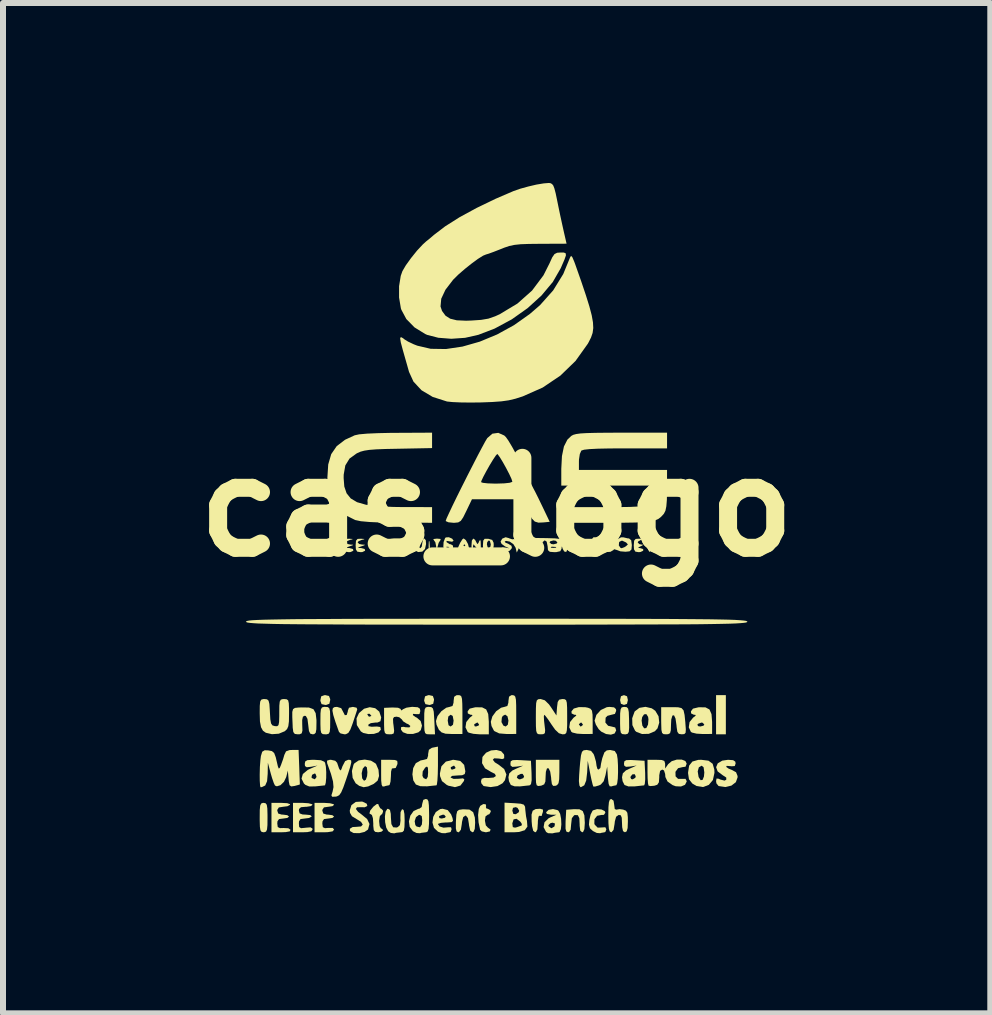
<source format=kicad_pcb>
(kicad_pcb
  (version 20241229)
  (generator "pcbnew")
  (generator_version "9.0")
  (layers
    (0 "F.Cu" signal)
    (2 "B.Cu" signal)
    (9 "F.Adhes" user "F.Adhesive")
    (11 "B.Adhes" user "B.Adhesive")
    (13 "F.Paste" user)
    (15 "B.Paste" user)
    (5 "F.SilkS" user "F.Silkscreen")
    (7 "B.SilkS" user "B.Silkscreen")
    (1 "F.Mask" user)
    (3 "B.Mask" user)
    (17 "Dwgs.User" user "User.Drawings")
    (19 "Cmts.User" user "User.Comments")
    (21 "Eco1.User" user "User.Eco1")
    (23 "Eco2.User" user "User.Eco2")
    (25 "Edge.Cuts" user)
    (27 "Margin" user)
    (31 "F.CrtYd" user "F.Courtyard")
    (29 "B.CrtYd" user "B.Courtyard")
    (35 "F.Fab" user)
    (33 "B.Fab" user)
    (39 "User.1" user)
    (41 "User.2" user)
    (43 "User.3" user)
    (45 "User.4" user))
  (footprint "cas_logo"
    (layer "F.Cu")
    (at 5.229 5.403)
    (property "Reference" "cas_logo" (at 0 0 0) (layer "F.SilkS") (effects (font (size 1.5 1.5) (thickness 0.3))))
    (attr board_only exclude_from_pos_files exclude_from_bom)
    (fp_poly (pts (xy -1.838 0.58) (xy -1.833 0.665) (xy -1.838 0.71) (xy -1.847 0.718) (xy -1.852 0.671) (xy -1.853 0.637) (xy -1.849 0.573) (xy -1.842 0.564)) (stroke (width 0) (type solid)) (fill yes) (layer "F.SilkS"))
    (fp_poly (pts (xy -1.12 0.58) (xy -1.114 0.665) (xy -1.12 0.71) (xy -1.129 0.718) (xy -1.134 0.671) (xy -1.134 0.637) (xy -1.131 0.573) (xy -1.124 0.564)) (stroke (width 0) (type solid)) (fill yes) (layer "F.SilkS"))
    (fp_poly (pts (xy 2.173 3.153) (xy 2.187 3.216) (xy 2.172 3.28) (xy 2.122 3.297) (xy 2.071 3.278) (xy 2.057 3.216) (xy 2.072 3.152) (xy 2.122 3.134)) (stroke (width 0) (type solid)) (fill yes) (layer "F.SilkS"))
    (fp_poly (pts (xy 3.82 3.461) (xy 3.82 3.787) (xy 3.738 3.787) (xy 3.657 3.787) (xy 3.657 3.461) (xy 3.657 3.134) (xy 3.738 3.134) (xy 3.82 3.134)) (stroke (width 0) (type solid)) (fill yes) (layer "F.SilkS"))
    (fp_poly (pts (xy -2.795 3.148) (xy -2.775 3.201) (xy -2.775 3.216) (xy -2.789 3.278) (xy -2.842 3.297) (xy -2.857 3.297) (xy -2.919 3.284) (xy -2.938 3.231) (xy -2.938 3.216) (xy -2.925 3.154) (xy -2.872 3.135) (xy -2.857 3.134)) (stroke (width 0) (type solid)) (fill yes) (layer "F.SilkS"))
    (fp_poly (pts (xy -2.786 0.551) (xy -2.775 0.622) (xy -2.775 0.637) (xy -2.783 0.712) (xy -2.803 0.75) (xy -2.808 0.751) (xy -2.829 0.722) (xy -2.84 0.652) (xy -2.84 0.637) (xy -2.832 0.561) (xy -2.812 0.523) (xy -2.808 0.522)) (stroke (width 0) (type solid)) (fill yes) (layer "F.SilkS"))
    (fp_poly (pts (xy -1.064 3.148) (xy -1.045 3.201) (xy -1.045 3.216) (xy -1.058 3.278) (xy -1.111 3.297) (xy -1.126 3.297) (xy -1.188 3.284) (xy -1.208 3.231) (xy -1.208 3.216) (xy -1.194 3.154) (xy -1.141 3.135) (xy -1.126 3.134)) (stroke (width 0) (type solid)) (fill yes) (layer "F.SilkS"))
    (fp_poly (pts (xy -0.939 0.53) (xy -0.933 0.546) (xy -0.936 0.547) (xy -0.967 0.595) (xy -0.988 0.669) (xy -1.002 0.767) (xy -1.007 0.664) (xy -1.022 0.587) (xy -1.052 0.544) (xy -1.053 0.544) (xy -1.054 0.532) (xy -1.004 0.526) (xy -0.996 0.525)) (stroke (width 0) (type solid)) (fill yes) (layer "F.SilkS"))
    (fp_poly (pts (xy -1.088 3.334) (xy -1.063 3.356) (xy -1.049 3.41) (xy -1.042 3.511) (xy -1.039 3.559) (xy -1.028 3.787) (xy -1.118 3.787) (xy -1.165 3.785) (xy -1.192 3.768) (xy -1.204 3.722) (xy -1.208 3.633) (xy -1.208 3.559) (xy -1.207 3.439) (xy -1.2 3.371) (xy -1.182 3.339) (xy -1.148 3.33) (xy -1.129 3.33)) (stroke (width 0) (type solid)) (fill yes) (layer "F.SilkS"))
    (fp_poly (pts (xy -0.36 0.545) (xy -0.343 0.579) (xy -0.322 0.617) (xy -0.303 0.596) (xy -0.293 0.571) (xy -0.276 0.544) (xy -0.267 0.571) (xy -0.265 0.637) (xy -0.263 0.767) (xy -0.325 0.693) (xy -0.387 0.619) (xy -0.401 0.693) (xy -0.411 0.718) (xy -0.418 0.681) (xy -0.42 0.645) (xy -0.414 0.559) (xy -0.391 0.524)) (stroke (width 0) (type solid)) (fill yes) (layer "F.SilkS"))
    (fp_poly (pts (xy 0.772 5.042) (xy 0.771 5.079) (xy 0.753 5.133) (xy 0.751 5.147) (xy 0.73 5.148) (xy 0.718 5.142) (xy 0.698 5.158) (xy 0.687 5.229) (xy 0.686 5.271) (xy 0.679 5.371) (xy 0.656 5.415) (xy 0.64 5.42) (xy 0.609 5.396) (xy 0.59 5.319) (xy 0.583 5.24) (xy 0.581 5.126) (xy 0.6 5.061) (xy 0.649 5.033) (xy 0.724 5.028)) (stroke (width 0) (type solid)) (fill yes) (layer "F.SilkS"))
    (fp_poly (pts (xy -3.852 4.936) (xy -3.832 4.962) (xy -3.823 5.022) (xy -3.82 5.131) (xy -3.82 5.175) (xy -3.821 5.3) (xy -3.828 5.373) (xy -3.844 5.409) (xy -3.873 5.419) (xy -3.885 5.42) (xy -3.918 5.414) (xy -3.938 5.387) (xy -3.947 5.327) (xy -3.95 5.219) (xy -3.95 5.175) (xy -3.949 5.049) (xy -3.942 4.976) (xy -3.926 4.941) (xy -3.897 4.93) (xy -3.885 4.93)) (stroke (width 0) (type solid)) (fill yes) (layer "F.SilkS"))
    (fp_poly (pts (xy -2.814 3.333) (xy -2.79 3.353) (xy -2.778 3.403) (xy -2.775 3.498) (xy -2.775 3.559) (xy -2.776 3.678) (xy -2.783 3.746) (xy -2.801 3.778) (xy -2.835 3.787) (xy -2.857 3.787) (xy -2.899 3.784) (xy -2.924 3.764) (xy -2.935 3.714) (xy -2.938 3.62) (xy -2.938 3.559) (xy -2.937 3.439) (xy -2.93 3.371) (xy -2.912 3.339) (xy -2.878 3.33) (xy -2.857 3.33)) (stroke (width 0) (type solid)) (fill yes) (layer "F.SilkS"))
    (fp_poly (pts (xy -1.696 4.215) (xy -1.658 4.23) (xy -1.653 4.268) (xy -1.657 4.291) (xy -1.684 4.349) (xy -1.717 4.353) (xy -1.746 4.357) (xy -1.76 4.407) (xy -1.763 4.486) (xy -1.769 4.574) (xy -1.784 4.628) (xy -1.793 4.636) (xy -1.848 4.647) (xy -1.875 4.656) (xy -1.902 4.657) (xy -1.917 4.629) (xy -1.925 4.557) (xy -1.926 4.444) (xy -1.926 4.212) (xy -1.784 4.212)) (stroke (width 0) (type solid)) (fill yes) (layer "F.SilkS"))
    (fp_poly (pts (xy -1.182 0.55) (xy -1.177 0.615) (xy -1.194 0.695) (xy -1.195 0.699) (xy -1.24 0.742) (xy -1.308 0.749) (xy -1.349 0.729) (xy -1.367 0.682) (xy -1.37 0.613) (xy -1.36 0.55) (xy -1.339 0.522) (xy -1.339 0.522) (xy -1.314 0.55) (xy -1.306 0.604) (xy -1.295 0.665) (xy -1.273 0.686) (xy -1.249 0.658) (xy -1.241 0.604) (xy -1.229 0.543) (xy -1.208 0.522)) (stroke (width 0) (type solid)) (fill yes) (layer "F.SilkS"))
    (fp_poly (pts (xy 2.169 3.335) (xy 2.191 3.359) (xy 2.202 3.415) (xy 2.206 3.519) (xy 2.207 3.559) (xy 2.208 3.678) (xy 2.202 3.747) (xy 2.184 3.778) (xy 2.152 3.787) (xy 2.134 3.787) (xy 2.093 3.783) (xy 2.07 3.762) (xy 2.06 3.709) (xy 2.057 3.61) (xy 2.057 3.559) (xy 2.058 3.439) (xy 2.066 3.371) (xy 2.083 3.339) (xy 2.116 3.331) (xy 2.13 3.33)) (stroke (width 0) (type solid)) (fill yes) (layer "F.SilkS"))
    (fp_poly (pts (xy 2.667 0.529) (xy 2.784 0.54) (xy 2.836 0.561) (xy 2.826 0.591) (xy 2.808 0.604) (xy 2.78 0.65) (xy 2.775 0.688) (xy 2.764 0.743) (xy 2.738 0.744) (xy 2.71 0.696) (xy 2.698 0.653) (xy 2.669 0.581) (xy 2.629 0.555) (xy 2.59 0.583) (xy 2.579 0.653) (xy 2.57 0.73) (xy 2.547 0.747) (xy 2.523 0.709) (xy 2.508 0.636) (xy 2.494 0.522)) (stroke (width 0) (type solid)) (fill yes) (layer "F.SilkS"))
    (fp_poly (pts (xy -1.926 0.518) (xy -1.894 0.555) (xy -1.894 0.561) (xy -1.919 0.578) (xy -1.955 0.573) (xy -2.016 0.577) (xy -2.035 0.602) (xy -2.035 0.657) (xy -1.988 0.675) (xy -1.941 0.664) (xy -1.9 0.66) (xy -1.9 0.689) (xy -1.941 0.73) (xy -2.009 0.747) (xy -2.065 0.732) (xy -2.066 0.731) (xy -2.088 0.67) (xy -2.081 0.591) (xy -2.047 0.528) (xy -2.045 0.526) (xy -1.987 0.506)) (stroke (width 0) (type solid)) (fill yes) (layer "F.SilkS"))
    (fp_poly (pts (xy -2.597 0.531) (xy -2.603 0.538) (xy -2.636 0.545) (xy -2.694 0.568) (xy -2.71 0.59) (xy -2.682 0.615) (xy -2.636 0.624) (xy -2.588 0.627) (xy -2.598 0.637) (xy -2.644 0.653) (xy -2.699 0.672) (xy -2.694 0.68) (xy -2.653 0.682) (xy -2.591 0.699) (xy -2.585 0.727) (xy -2.631 0.749) (xy -2.661 0.751) (xy -2.716 0.742) (xy -2.739 0.704) (xy -2.742 0.637) (xy -2.737 0.56) (xy -2.711 0.53) (xy -2.653 0.527)) (stroke (width 0) (type solid)) (fill yes) (layer "F.SilkS"))
    (fp_poly (pts (xy -2.401 0.531) (xy -2.407 0.538) (xy -2.44 0.545) (xy -2.498 0.568) (xy -2.514 0.59) (xy -2.486 0.615) (xy -2.44 0.624) (xy -2.392 0.627) (xy -2.402 0.637) (xy -2.449 0.653) (xy -2.504 0.672) (xy -2.498 0.68) (xy -2.457 0.682) (xy -2.395 0.699) (xy -2.389 0.727) (xy -2.435 0.749) (xy -2.465 0.751) (xy -2.52 0.742) (xy -2.543 0.704) (xy -2.547 0.637) (xy -2.541 0.56) (xy -2.515 0.53) (xy -2.457 0.527)) (stroke (width 0) (type solid)) (fill yes) (layer "F.SilkS"))
    (fp_poly (pts (xy -2.205 0.531) (xy -2.211 0.538) (xy -2.245 0.545) (xy -2.302 0.568) (xy -2.318 0.59) (xy -2.29 0.615) (xy -2.245 0.624) (xy -2.196 0.627) (xy -2.206 0.637) (xy -2.253 0.653) (xy -2.308 0.672) (xy -2.302 0.68) (xy -2.261 0.682) (xy -2.199 0.699) (xy -2.193 0.727) (xy -2.239 0.749) (xy -2.269 0.751) (xy -2.324 0.742) (xy -2.347 0.704) (xy -2.351 0.637) (xy -2.345 0.56) (xy -2.319 0.53) (xy -2.261 0.527)) (stroke (width 0) (type solid)) (fill yes) (layer "F.SilkS"))
    (fp_poly (pts (xy -0.514 0.55) (xy -0.478 0.615) (xy -0.459 0.69) (xy -0.458 0.708) (xy -0.463 0.747) (xy -0.485 0.725) (xy -0.489 0.718) (xy -0.524 0.687) (xy -0.574 0.703) (xy -0.587 0.71) (xy -0.637 0.731) (xy -0.653 0.72) (xy -0.639 0.662) (xy -0.628 0.637) (xy -0.555 0.637) (xy -0.539 0.653) (xy -0.522 0.637) (xy -0.539 0.62) (xy -0.555 0.637) (xy -0.628 0.637) (xy -0.607 0.592) (xy -0.572 0.537) (xy -0.551 0.522)) (stroke (width 0) (type solid)) (fill yes) (layer "F.SilkS"))
    (fp_poly (pts (xy 2.425 0.533) (xy 2.412 0.544) (xy 2.408 0.545) (xy 2.359 0.572) (xy 2.351 0.59) (xy 2.378 0.617) (xy 2.408 0.623) (xy 2.443 0.628) (xy 2.419 0.644) (xy 2.4 0.653) (xy 2.357 0.674) (xy 2.375 0.682) (xy 2.391 0.683) (xy 2.442 0.699) (xy 2.442 0.727) (xy 2.398 0.748) (xy 2.367 0.751) (xy 2.312 0.742) (xy 2.289 0.704) (xy 2.285 0.637) (xy 2.291 0.56) (xy 2.317 0.53) (xy 2.375 0.526)) (stroke (width 0) (type solid)) (fill yes) (layer "F.SilkS"))
    (fp_poly (pts (xy -0.183 4.953) (xy -0.175 4.984) (xy -0.181 4.997) (xy -0.172 5.023) (xy -0.149 5.028) (xy -0.104 5.053) (xy -0.098 5.077) (xy -0.124 5.12) (xy -0.147 5.126) (xy -0.186 5.155) (xy -0.196 5.225) (xy -0.181 5.305) (xy -0.147 5.342) (xy -0.101 5.375) (xy -0.114 5.406) (xy -0.178 5.42) (xy -0.181 5.42) (xy -0.248 5.405) (xy -0.276 5.379) (xy -0.302 5.255) (xy -0.31 5.132) (xy -0.298 5.031) (xy -0.274 4.98) (xy -0.224 4.95)) (stroke (width 0) (type solid)) (fill yes) (layer "F.SilkS"))
    (fp_poly (pts (xy 1.957 3.338) (xy 1.988 3.367) (xy 1.992 3.395) (xy 1.971 3.447) (xy 1.913 3.461) (xy 1.846 3.479) (xy 1.816 3.51) (xy 1.812 3.591) (xy 1.858 3.645) (xy 1.913 3.657) (xy 1.976 3.673) (xy 1.992 3.722) (xy 1.966 3.773) (xy 1.904 3.793) (xy 1.823 3.782) (xy 1.743 3.742) (xy 1.7 3.701) (xy 1.653 3.625) (xy 1.632 3.56) (xy 1.632 3.559) (xy 1.662 3.463) (xy 1.736 3.382) (xy 1.835 3.335) (xy 1.88 3.33)) (stroke (width 0) (type solid)) (fill yes) (layer "F.SilkS"))
    (fp_poly (pts (xy -2.336 3.343) (xy -2.324 3.371) (xy -2.34 3.422) (xy -2.37 3.513) (xy -2.398 3.599) (xy -2.438 3.706) (xy -2.473 3.764) (xy -2.513 3.785) (xy -2.537 3.787) (xy -2.603 3.772) (xy -2.629 3.746) (xy -2.688 3.58) (xy -2.724 3.464) (xy -2.738 3.391) (xy -2.73 3.35) (xy -2.702 3.333) (xy -2.661 3.33) (xy -2.592 3.351) (xy -2.56 3.411) (xy -2.531 3.468) (xy -2.5 3.465) (xy -2.482 3.408) (xy -2.481 3.393) (xy -2.462 3.344) (xy -2.397 3.33)) (stroke (width 0) (type solid)) (fill yes) (layer "F.SilkS"))
    (fp_poly (pts (xy -0.139 0.528) (xy -0.074 0.547) (xy -0.051 0.595) (xy -0.049 0.637) (xy -0.059 0.708) (xy -0.101 0.738) (xy -0.139 0.745) (xy -0.198 0.746) (xy -0.223 0.718) (xy -0.229 0.644) (xy -0.229 0.637) (xy -0.228 0.62) (xy -0.163 0.62) (xy -0.15 0.673) (xy -0.131 0.686) (xy -0.104 0.658) (xy -0.098 0.62) (xy -0.112 0.567) (xy -0.131 0.555) (xy -0.157 0.582) (xy -0.163 0.62) (xy -0.228 0.62) (xy -0.224 0.559) (xy -0.201 0.528) (xy -0.144 0.528)) (stroke (width 0) (type solid)) (fill yes) (layer "F.SilkS"))
    (fp_poly (pts (xy 1.678 0.509) (xy 1.726 0.544) (xy 1.718 0.572) (xy 1.661 0.574) (xy 1.657 0.573) (xy 1.583 0.555) (xy 1.658 0.593) (xy 1.714 0.645) (xy 1.715 0.701) (xy 1.664 0.74) (xy 1.64 0.745) (xy 1.591 0.743) (xy 1.571 0.708) (xy 1.569 0.678) (xy 1.614 0.678) (xy 1.646 0.683) (xy 1.688 0.677) (xy 1.689 0.666) (xy 1.645 0.658) (xy 1.626 0.663) (xy 1.614 0.678) (xy 1.569 0.678) (xy 1.567 0.641) (xy 1.579 0.543) (xy 1.616 0.501)) (stroke (width 0) (type solid)) (fill yes) (layer "F.SilkS"))
    (fp_poly (pts (xy 1.045 4.42) (xy 1.042 4.536) (xy 1.031 4.602) (xy 1.007 4.634) (xy 0.981 4.645) (xy 0.941 4.647) (xy 0.92 4.616) (xy 0.909 4.537) (xy 0.908 4.513) (xy 0.892 4.408) (xy 0.866 4.354) (xy 0.839 4.354) (xy 0.82 4.412) (xy 0.816 4.483) (xy 0.812 4.574) (xy 0.792 4.621) (xy 0.748 4.641) (xy 0.735 4.644) (xy 0.692 4.649) (xy 0.667 4.636) (xy 0.656 4.591) (xy 0.653 4.5) (xy 0.653 4.436) (xy 0.653 4.212) (xy 0.849 4.212) (xy 1.045 4.212)) (stroke (width 0) (type solid)) (fill yes) (layer "F.SilkS"))
    (fp_poly (pts (xy 1.38 5.037) (xy 1.435 5.067) (xy 1.462 5.138) (xy 1.469 5.262) (xy 1.469 5.264) (xy 1.462 5.368) (xy 1.44 5.415) (xy 1.424 5.42) (xy 1.393 5.393) (xy 1.383 5.311) (xy 1.383 5.291) (xy 1.378 5.185) (xy 1.353 5.135) (xy 1.303 5.133) (xy 1.291 5.137) (xy 1.253 5.185) (xy 1.241 5.288) (xy 1.233 5.378) (xy 1.207 5.416) (xy 1.19 5.42) (xy 1.161 5.407) (xy 1.148 5.361) (xy 1.148 5.268) (xy 1.149 5.232) (xy 1.159 5.045) (xy 1.287 5.035)) (stroke (width 0) (type solid)) (fill yes) (layer "F.SilkS"))
    (fp_poly (pts (xy 1.747 5.04) (xy 1.801 5.067) (xy 1.812 5.093) (xy 1.787 5.13) (xy 1.748 5.131) (xy 1.675 5.145) (xy 1.63 5.201) (xy 1.628 5.276) (xy 1.636 5.296) (xy 1.684 5.343) (xy 1.749 5.34) (xy 1.811 5.336) (xy 1.828 5.37) (xy 1.812 5.414) (xy 1.798 5.42) (xy 1.742 5.43) (xy 1.725 5.436) (xy 1.668 5.431) (xy 1.604 5.399) (xy 1.554 5.353) (xy 1.538 5.293) (xy 1.545 5.215) (xy 1.566 5.124) (xy 1.597 5.063) (xy 1.605 5.055) (xy 1.673 5.034)) (stroke (width 0) (type solid)) (fill yes) (layer "F.SilkS"))
    (fp_poly (pts (xy -0.742 0.526) (xy -0.718 0.561) (xy -0.744 0.577) (xy -0.788 0.57) (xy -0.836 0.563) (xy -0.835 0.584) (xy -0.785 0.617) (xy -0.763 0.62) (xy -0.728 0.642) (xy -0.727 0.688) (xy -0.757 0.731) (xy -0.785 0.743) (xy -0.85 0.731) (xy -0.869 0.718) (xy -0.888 0.664) (xy -0.838 0.664) (xy -0.833 0.683) (xy -0.816 0.686) (xy -0.789 0.674) (xy -0.794 0.664) (xy -0.833 0.66) (xy -0.838 0.664) (xy -0.888 0.664) (xy -0.889 0.661) (xy -0.885 0.583) (xy -0.861 0.519) (xy -0.848 0.505) (xy -0.797 0.502)) (stroke (width 0) (type solid)) (fill yes) (layer "F.SilkS"))
    (fp_poly (pts (xy -0.454 5.042) (xy -0.392 5.085) (xy -0.364 5.174) (xy -0.359 5.26) (xy -0.365 5.363) (xy -0.385 5.412) (xy -0.406 5.42) (xy -0.442 5.391) (xy -0.461 5.303) (xy -0.463 5.281) (xy -0.479 5.184) (xy -0.511 5.144) (xy -0.522 5.142) (xy -0.558 5.167) (xy -0.578 5.248) (xy -0.581 5.281) (xy -0.597 5.378) (xy -0.629 5.418) (xy -0.64 5.42) (xy -0.668 5.406) (xy -0.68 5.357) (xy -0.68 5.258) (xy -0.679 5.233) (xy -0.672 5.127) (xy -0.658 5.07) (xy -0.627 5.046) (xy -0.57 5.038) (xy -0.558 5.037)) (stroke (width 0) (type solid)) (fill yes) (layer "F.SilkS"))
    (fp_poly (pts (xy 2.585 3.354) (xy 2.644 3.395) (xy 2.698 3.486) (xy 2.71 3.592) (xy 2.681 3.688) (xy 2.637 3.736) (xy 2.535 3.779) (xy 2.423 3.782) (xy 2.33 3.747) (xy 2.307 3.727) (xy 2.262 3.634) (xy 2.26 3.557) (xy 2.416 3.557) (xy 2.428 3.642) (xy 2.458 3.687) (xy 2.494 3.683) (xy 2.523 3.624) (xy 2.53 3.537) (xy 2.524 3.496) (xy 2.494 3.45) (xy 2.456 3.455) (xy 2.425 3.501) (xy 2.416 3.557) (xy 2.26 3.557) (xy 2.259 3.519) (xy 2.298 3.411) (xy 2.304 3.403) (xy 2.379 3.346) (xy 2.481 3.329)) (stroke (width 0) (type solid)) (fill yes) (layer "F.SilkS"))
    (fp_poly (pts (xy 3.531 4.227) (xy 3.6 4.278) (xy 3.628 4.376) (xy 3.63 4.43) (xy 3.604 4.549) (xy 3.536 4.63) (xy 3.44 4.666) (xy 3.332 4.649) (xy 3.262 4.608) (xy 3.205 4.536) (xy 3.19 4.434) (xy 3.19 4.427) (xy 3.193 4.405) (xy 3.351 4.405) (xy 3.365 4.494) (xy 3.367 4.501) (xy 3.4 4.552) (xy 3.432 4.547) (xy 3.455 4.49) (xy 3.461 4.422) (xy 3.449 4.336) (xy 3.416 4.31) (xy 3.37 4.337) (xy 3.351 4.405) (xy 3.193 4.405) (xy 3.208 4.309) (xy 3.262 4.241) (xy 3.361 4.213) (xy 3.412 4.212)) (stroke (width 0) (type solid)) (fill yes) (layer "F.SilkS"))
    (fp_poly (pts (xy -2.443 4.213) (xy -2.425 4.225) (xy -2.424 4.258) (xy -2.44 4.324) (xy -2.474 4.433) (xy -2.509 4.538) (xy -2.556 4.672) (xy -2.592 4.756) (xy -2.625 4.802) (xy -2.663 4.822) (xy -2.686 4.826) (xy -2.743 4.828) (xy -2.755 4.804) (xy -2.735 4.741) (xy -2.72 4.667) (xy -2.728 4.574) (xy -2.762 4.447) (xy -2.823 4.276) (xy -2.826 4.267) (xy -2.828 4.226) (xy -2.781 4.212) (xy -2.761 4.212) (xy -2.691 4.228) (xy -2.66 4.261) (xy -2.628 4.355) (xy -2.607 4.39) (xy -2.589 4.372) (xy -2.57 4.318) (xy -2.526 4.234) (xy -2.477 4.212)) (stroke (width 0) (type solid)) (fill yes) (layer "F.SilkS"))
    (fp_poly (pts (xy -1.972 4.952) (xy -1.965 4.976) (xy -1.94 5.021) (xy -1.924 5.028) (xy -1.897 5.054) (xy -1.894 5.077) (xy -1.911 5.12) (xy -1.926 5.126) (xy -1.948 5.154) (xy -1.959 5.225) (xy -1.959 5.24) (xy -1.951 5.316) (xy -1.931 5.353) (xy -1.926 5.354) (xy -1.895 5.379) (xy -1.894 5.387) (xy -1.922 5.411) (xy -1.975 5.42) (xy -2.026 5.413) (xy -2.049 5.384) (xy -2.057 5.312) (xy -2.057 5.273) (xy -2.063 5.185) (xy -2.08 5.132) (xy -2.089 5.126) (xy -2.121 5.106) (xy -2.108 5.058) (xy -2.057 4.995) (xy -2.049 4.988) (xy -1.996 4.948)) (stroke (width 0) (type solid)) (fill yes) (layer "F.SilkS"))
    (fp_poly (pts (xy -1.779 5.047) (xy -1.765 5.113) (xy -1.763 5.173) (xy -1.755 5.283) (xy -1.726 5.336) (xy -1.672 5.341) (xy -1.649 5.334) (xy -1.613 5.3) (xy -1.603 5.226) (xy -1.605 5.181) (xy -1.602 5.084) (xy -1.578 5.037) (xy -1.574 5.036) (xy -1.551 5.049) (xy -1.538 5.115) (xy -1.534 5.221) (xy -1.537 5.332) (xy -1.547 5.392) (xy -1.571 5.416) (xy -1.597 5.42) (xy -1.676 5.429) (xy -1.707 5.438) (xy -1.765 5.431) (xy -1.808 5.403) (xy -1.841 5.342) (xy -1.859 5.253) (xy -1.863 5.158) (xy -1.852 5.077) (xy -1.825 5.032) (xy -1.812 5.028)) (stroke (width 0) (type solid)) (fill yes) (layer "F.SilkS"))
    (fp_poly (pts (xy -2.233 4.911) (xy -2.166 4.944) (xy -2.156 4.981) (xy -2.2 5.003) (xy -2.253 5.002) (xy -2.328 5.003) (xy -2.347 5.031) (xy -2.31 5.08) (xy -2.261 5.116) (xy -2.159 5.2) (xy -2.12 5.282) (xy -2.143 5.369) (xy -2.147 5.376) (xy -2.202 5.414) (xy -2.29 5.435) (xy -2.38 5.433) (xy -2.391 5.43) (xy -2.446 5.399) (xy -2.447 5.361) (xy -2.402 5.333) (xy -2.346 5.33) (xy -2.261 5.323) (xy -2.232 5.292) (xy -2.261 5.246) (xy -2.332 5.202) (xy -2.412 5.153) (xy -2.445 5.096) (xy -2.449 5.056) (xy -2.421 4.967) (xy -2.349 4.914) (xy -2.248 4.908)) (stroke (width 0) (type solid)) (fill yes) (layer "F.SilkS"))
    (fp_poly (pts (xy -2.096 4.226) (xy -2.019 4.273) (xy -2.01 4.284) (xy -1.97 4.378) (xy -1.961 4.482) (xy -1.984 4.558) (xy -2.049 4.613) (xy -2.143 4.656) (xy -2.218 4.669) (xy -2.291 4.646) (xy -2.351 4.603) (xy -2.401 4.513) (xy -2.409 4.435) (xy -2.25 4.435) (xy -2.243 4.516) (xy -2.239 4.526) (xy -2.211 4.562) (xy -2.181 4.544) (xy -2.16 4.483) (xy -2.155 4.419) (xy -2.164 4.337) (xy -2.193 4.317) (xy -2.196 4.318) (xy -2.232 4.359) (xy -2.25 4.435) (xy -2.409 4.435) (xy -2.413 4.399) (xy -2.386 4.293) (xy -2.37 4.269) (xy -2.299 4.222) (xy -2.199 4.208)) (stroke (width 0) (type solid)) (fill yes) (layer "F.SilkS"))
    (fp_poly (pts (xy 3.022 3.336) (xy 3.081 3.35) (xy 3.115 3.388) (xy 3.132 3.464) (xy 3.145 3.592) (xy 3.145 3.599) (xy 3.153 3.705) (xy 3.149 3.761) (xy 3.128 3.783) (xy 3.085 3.787) (xy 3.085 3.787) (xy 3.037 3.78) (xy 3.012 3.746) (xy 3 3.67) (xy 2.997 3.635) (xy 2.981 3.524) (xy 2.956 3.47) (xy 2.929 3.475) (xy 2.91 3.54) (xy 2.906 3.621) (xy 2.903 3.719) (xy 2.89 3.768) (xy 2.858 3.785) (xy 2.824 3.787) (xy 2.781 3.784) (xy 2.757 3.764) (xy 2.746 3.714) (xy 2.743 3.618) (xy 2.742 3.561) (xy 2.742 3.335) (xy 2.924 3.335)) (stroke (width 0) (type solid)) (fill yes) (layer "F.SilkS"))
    (fp_poly (pts (xy -3.491 4.935) (xy -3.445 4.951) (xy -3.444 4.962) (xy -3.488 4.986) (xy -3.561 4.995) (xy -3.631 5.006) (xy -3.656 5.045) (xy -3.657 5.06) (xy -3.641 5.108) (xy -3.584 5.125) (xy -3.559 5.126) (xy -3.49 5.135) (xy -3.461 5.158) (xy -3.461 5.158) (xy -3.489 5.181) (xy -3.557 5.191) (xy -3.559 5.191) (xy -3.628 5.2) (xy -3.654 5.237) (xy -3.657 5.275) (xy -3.649 5.333) (xy -3.612 5.351) (xy -3.553 5.349) (xy -3.472 5.353) (xy -3.436 5.379) (xy -3.449 5.405) (xy -3.516 5.417) (xy -3.589 5.42) (xy -3.754 5.42) (xy -3.754 5.175) (xy -3.754 4.93) (xy -3.589 4.93)) (stroke (width 0) (type solid)) (fill yes) (layer "F.SilkS"))
    (fp_poly (pts (xy -0.242 3.338) (xy -0.175 3.372) (xy -0.141 3.449) (xy -0.131 3.578) (xy -0.131 3.595) (xy -0.131 3.787) (xy -0.287 3.787) (xy -0.388 3.779) (xy -0.464 3.76) (xy -0.483 3.748) (xy -0.52 3.671) (xy -0.513 3.624) (xy -0.375 3.624) (xy -0.368 3.652) (xy -0.345 3.657) (xy -0.3 3.64) (xy -0.294 3.624) (xy -0.317 3.592) (xy -0.325 3.591) (xy -0.369 3.615) (xy -0.375 3.624) (xy -0.513 3.624) (xy -0.507 3.583) (xy -0.45 3.511) (xy -0.404 3.475) (xy -0.411 3.462) (xy -0.436 3.461) (xy -0.481 3.439) (xy -0.484 3.404) (xy -0.45 3.359) (xy -0.363 3.338) (xy -0.348 3.336)) (stroke (width 0) (type solid)) (fill yes) (layer "F.SilkS"))
    (fp_poly (pts (xy 3.941 4.218) (xy 3.977 4.242) (xy 3.983 4.272) (xy 3.969 4.316) (xy 3.914 4.32) (xy 3.901 4.318) (xy 3.835 4.313) (xy 3.825 4.33) (xy 3.868 4.36) (xy 3.918 4.38) (xy 3.99 4.419) (xy 4.015 4.481) (xy 4.016 4.503) (xy 3.987 4.585) (xy 3.913 4.642) (xy 3.813 4.666) (xy 3.704 4.65) (xy 3.697 4.647) (xy 3.663 4.605) (xy 3.657 4.567) (xy 3.665 4.524) (xy 3.702 4.528) (xy 3.725 4.54) (xy 3.799 4.559) (xy 3.827 4.544) (xy 3.827 4.508) (xy 3.766 4.468) (xy 3.683 4.405) (xy 3.658 4.335) (xy 3.685 4.271) (xy 3.76 4.226) (xy 3.856 4.212)) (stroke (width 0) (type solid)) (fill yes) (layer "F.SilkS"))
    (fp_poly (pts (xy -3.129 3.341) (xy -3.054 3.369) (xy -3.017 3.435) (xy -3.004 3.55) (xy -3.004 3.595) (xy -3.006 3.704) (xy -3.017 3.762) (xy -3.042 3.784) (xy -3.067 3.787) (xy -3.107 3.776) (xy -3.129 3.732) (xy -3.14 3.64) (xy -3.141 3.632) (xy -3.154 3.53) (xy -3.18 3.483) (xy -3.199 3.477) (xy -3.23 3.493) (xy -3.242 3.549) (xy -3.241 3.632) (xy -3.238 3.726) (xy -3.25 3.771) (xy -3.284 3.786) (xy -3.314 3.787) (xy -3.365 3.781) (xy -3.39 3.749) (xy -3.4 3.675) (xy -3.401 3.64) (xy -3.407 3.501) (xy -3.407 3.414) (xy -3.394 3.367) (xy -3.363 3.347) (xy -3.306 3.341) (xy -3.251 3.339)) (stroke (width 0) (type solid)) (fill yes) (layer "F.SilkS"))
    (fp_poly (pts (xy -2.78 4.936) (xy -2.721 4.951) (xy -2.71 4.962) (xy -2.738 4.985) (xy -2.806 4.995) (xy -2.808 4.995) (xy -2.879 5.005) (xy -2.905 5.044) (xy -2.906 5.06) (xy -2.89 5.108) (xy -2.833 5.125) (xy -2.808 5.126) (xy -2.739 5.135) (xy -2.71 5.158) (xy -2.71 5.158) (xy -2.738 5.181) (xy -2.806 5.191) (xy -2.808 5.191) (xy -2.878 5.2) (xy -2.903 5.237) (xy -2.906 5.276) (xy -2.898 5.335) (xy -2.862 5.352) (xy -2.808 5.347) (xy -2.732 5.348) (xy -2.71 5.376) (xy -2.735 5.405) (xy -2.816 5.418) (xy -2.873 5.42) (xy -3.036 5.42) (xy -3.036 5.175) (xy -3.036 4.93) (xy -2.873 4.93)) (stroke (width 0) (type solid)) (fill yes) (layer "F.SilkS"))
    (fp_poly (pts (xy 1.012 5.05) (xy 1.03 5.062) (xy 1.058 5.113) (xy 1.074 5.196) (xy 1.078 5.289) (xy 1.07 5.369) (xy 1.048 5.416) (xy 1.037 5.42) (xy 0.972 5.428) (xy 0.93 5.438) (xy 0.858 5.435) (xy 0.824 5.415) (xy 0.782 5.335) (xy 0.788 5.301) (xy 0.862 5.301) (xy 0.865 5.321) (xy 0.912 5.353) (xy 0.961 5.325) (xy 0.964 5.319) (xy 0.972 5.274) (xy 0.932 5.26) (xy 0.897 5.268) (xy 0.862 5.301) (xy 0.788 5.301) (xy 0.797 5.253) (xy 0.866 5.186) (xy 0.89 5.174) (xy 0.996 5.128) (xy 0.903 5.127) (xy 0.836 5.114) (xy 0.824 5.085) (xy 0.866 5.046) (xy 0.939 5.033)) (stroke (width 0) (type solid)) (fill yes) (layer "F.SilkS"))
    (fp_poly (pts (xy 3.481 3.338) (xy 3.547 3.373) (xy 3.581 3.451) (xy 3.591 3.581) (xy 3.591 3.592) (xy 3.591 3.781) (xy 3.433 3.782) (xy 3.332 3.776) (xy 3.256 3.758) (xy 3.237 3.746) (xy 3.202 3.671) (xy 3.209 3.624) (xy 3.346 3.624) (xy 3.356 3.65) (xy 3.393 3.657) (xy 3.448 3.643) (xy 3.461 3.624) (xy 3.434 3.595) (xy 3.414 3.591) (xy 3.358 3.611) (xy 3.346 3.624) (xy 3.209 3.624) (xy 3.215 3.583) (xy 3.272 3.512) (xy 3.272 3.511) (xy 3.318 3.475) (xy 3.311 3.462) (xy 3.286 3.461) (xy 3.241 3.439) (xy 3.238 3.404) (xy 3.272 3.359) (xy 3.359 3.338) (xy 3.373 3.336)) (stroke (width 0) (type solid)) (fill yes) (layer "F.SilkS"))
    (fp_poly (pts (xy -3.139 4.936) (xy -3.08 4.951) (xy -3.069 4.962) (xy -3.098 4.984) (xy -3.168 4.995) (xy -3.183 4.995) (xy -3.262 5.002) (xy -3.294 5.031) (xy -3.297 5.06) (xy -3.285 5.105) (xy -3.236 5.123) (xy -3.181 5.126) (xy -3.107 5.133) (xy -3.083 5.154) (xy -3.085 5.158) (xy -3.129 5.182) (xy -3.201 5.191) (xy -3.27 5.2) (xy -3.295 5.239) (xy -3.297 5.277) (xy -3.292 5.333) (xy -3.261 5.352) (xy -3.188 5.345) (xy -3.183 5.344) (xy -3.103 5.338) (xy -3.071 5.358) (xy -3.069 5.373) (xy -3.089 5.403) (xy -3.155 5.417) (xy -3.232 5.42) (xy -3.395 5.42) (xy -3.395 5.175) (xy -3.395 4.93) (xy -3.232 4.93)) (stroke (width 0) (type solid)) (fill yes) (layer "F.SilkS"))
    (fp_poly (pts (xy -0.611 3.137) (xy -0.59 3.154) (xy -0.578 3.197) (xy -0.573 3.278) (xy -0.571 3.409) (xy -0.571 3.458) (xy -0.571 3.782) (xy -0.743 3.782) (xy -0.853 3.777) (xy -0.919 3.755) (xy -0.963 3.712) (xy -1.002 3.628) (xy -1.012 3.566) (xy -1.01 3.559) (xy -0.816 3.559) (xy -0.802 3.636) (xy -0.767 3.657) (xy -0.728 3.627) (xy -0.718 3.559) (xy -0.733 3.481) (xy -0.767 3.461) (xy -0.806 3.49) (xy -0.816 3.559) (xy -1.01 3.559) (xy -0.986 3.484) (xy -0.922 3.402) (xy -0.841 3.344) (xy -0.785 3.33) (xy -0.736 3.315) (xy -0.719 3.26) (xy -0.718 3.232) (xy -0.709 3.162) (xy -0.671 3.136) (xy -0.645 3.134)) (stroke (width 0) (type solid)) (fill yes) (layer "F.SilkS"))
    (fp_poly (pts (xy 0.075 4.069) (xy 0.121 4.121) (xy 0.125 4.138) (xy 0.125 4.187) (xy 0.093 4.2) (xy 0.035 4.191) (xy -0.042 4.187) (xy -0.064 4.211) (xy -0.031 4.254) (xy 0.029 4.291) (xy 0.125 4.366) (xy 0.162 4.457) (xy 0.138 4.552) (xy 0.098 4.603) (xy 0.013 4.65) (xy -0.101 4.667) (xy -0.212 4.65) (xy -0.22 4.647) (xy -0.255 4.605) (xy -0.261 4.569) (xy -0.249 4.528) (xy -0.202 4.513) (xy -0.142 4.515) (xy -0.052 4.508) (xy -0.013 4.482) (xy -0.03 4.446) (xy -0.094 4.414) (xy -0.194 4.354) (xy -0.244 4.268) (xy -0.238 4.171) (xy -0.233 4.159) (xy -0.177 4.094) (xy -0.094 4.056) (xy -0.003 4.048)) (stroke (width 0) (type solid)) (fill yes) (layer "F.SilkS"))
    (fp_poly (pts (xy 1.475 3.335) (xy 1.522 3.344) (xy 1.564 3.361) (xy 1.588 3.393) (xy 1.598 3.458) (xy 1.6 3.571) (xy 1.6 3.572) (xy 1.6 3.781) (xy 1.441 3.782) (xy 1.34 3.776) (xy 1.265 3.758) (xy 1.245 3.746) (xy 1.21 3.671) (xy 1.217 3.624) (xy 1.371 3.624) (xy 1.396 3.656) (xy 1.404 3.657) (xy 1.436 3.632) (xy 1.437 3.624) (xy 1.412 3.592) (xy 1.404 3.591) (xy 1.372 3.616) (xy 1.371 3.624) (xy 1.217 3.624) (xy 1.223 3.583) (xy 1.28 3.512) (xy 1.281 3.511) (xy 1.327 3.475) (xy 1.32 3.462) (xy 1.294 3.461) (xy 1.249 3.439) (xy 1.247 3.404) (xy 1.285 3.358) (xy 1.368 3.334)) (stroke (width 0) (type solid)) (fill yes) (layer "F.SilkS"))
    (fp_poly (pts (xy 0.291 3.139) (xy 0.31 3.16) (xy 0.321 3.21) (xy 0.325 3.301) (xy 0.326 3.445) (xy 0.326 3.458) (xy 0.326 3.781) (xy 0.167 3.782) (xy 0.042 3.772) (xy -0.034 3.736) (xy -0.046 3.726) (xy -0.086 3.649) (xy -0.097 3.583) (xy 0.08 3.583) (xy 0.111 3.641) (xy 0.15 3.657) (xy 0.186 3.627) (xy 0.196 3.559) (xy 0.18 3.487) (xy 0.142 3.459) (xy 0.101 3.481) (xy 0.086 3.51) (xy 0.08 3.583) (xy -0.097 3.583) (xy -0.098 3.579) (xy -0.072 3.489) (xy -0.009 3.403) (xy 0.073 3.344) (xy 0.129 3.33) (xy 0.178 3.315) (xy 0.195 3.26) (xy 0.196 3.232) (xy 0.206 3.16) (xy 0.244 3.135) (xy 0.261 3.134)) (stroke (width 0) (type solid)) (fill yes) (layer "F.SilkS"))
    (fp_poly (pts (xy 1.948 4.893) (xy 1.959 4.964) (xy 1.968 5.032) (xy 1.993 5.043) (xy 1.993 5.043) (xy 2.049 5.034) (xy 2.108 5.042) (xy 2.154 5.06) (xy 2.178 5.095) (xy 2.186 5.167) (xy 2.187 5.241) (xy 2.183 5.349) (xy 2.167 5.404) (xy 2.138 5.42) (xy 2.106 5.401) (xy 2.092 5.336) (xy 2.089 5.27) (xy 2.085 5.178) (xy 2.069 5.137) (xy 2.035 5.131) (xy 2.032 5.132) (xy 1.991 5.161) (xy 1.97 5.237) (xy 1.965 5.281) (xy 1.948 5.38) (xy 1.915 5.419) (xy 1.908 5.42) (xy 1.884 5.406) (xy 1.87 5.359) (xy 1.863 5.267) (xy 1.861 5.142) (xy 1.863 5.003) (xy 1.871 4.918) (xy 1.886 4.876) (xy 1.91 4.865)) (stroke (width 0) (type solid)) (fill yes) (layer "F.SilkS"))
    (fp_poly (pts (xy 2.294 4.218) (xy 2.465 4.228) (xy 2.475 4.432) (xy 2.476 4.538) (xy 2.469 4.612) (xy 2.458 4.638) (xy 2.412 4.643) (xy 2.328 4.652) (xy 2.301 4.655) (xy 2.197 4.656) (xy 2.131 4.632) (xy 2.13 4.63) (xy 2.099 4.569) (xy 2.089 4.502) (xy 2.09 4.499) (xy 2.228 4.499) (xy 2.242 4.533) (xy 2.266 4.538) (xy 2.311 4.512) (xy 2.318 4.486) (xy 2.299 4.451) (xy 2.26 4.456) (xy 2.228 4.499) (xy 2.09 4.499) (xy 2.103 4.437) (xy 2.154 4.389) (xy 2.212 4.361) (xy 2.334 4.307) (xy 2.228 4.324) (xy 2.155 4.329) (xy 2.126 4.308) (xy 2.122 4.274) (xy 2.129 4.236) (xy 2.16 4.218) (xy 2.232 4.215)) (stroke (width 0) (type solid)) (fill yes) (layer "F.SilkS"))
    (fp_poly (pts (xy -2.025 3.352) (xy -1.957 3.409) (xy -1.926 3.502) (xy -1.926 3.512) (xy -1.938 3.569) (xy -1.985 3.59) (xy -2.022 3.591) (xy -2.098 3.601) (xy -2.138 3.624) (xy -2.138 3.651) (xy -2.085 3.661) (xy -1.997 3.657) (xy -1.94 3.665) (xy -1.931 3.707) (xy -1.932 3.711) (xy -1.969 3.755) (xy -2.046 3.78) (xy -2.139 3.783) (xy -2.225 3.764) (xy -2.265 3.738) (xy -2.331 3.633) (xy -2.336 3.521) (xy -2.307 3.459) (xy -2.155 3.459) (xy -2.131 3.492) (xy -2.122 3.493) (xy -2.09 3.482) (xy -2.089 3.479) (xy -2.112 3.451) (xy -2.122 3.444) (xy -2.152 3.447) (xy -2.155 3.459) (xy -2.307 3.459) (xy -2.295 3.433) (xy -2.211 3.361) (xy -2.116 3.335)) (stroke (width 0) (type solid)) (fill yes) (layer "F.SilkS"))
    (fp_poly (pts (xy -0.979 4.314) (xy -0.982 4.45) (xy -0.988 4.558) (xy -0.997 4.624) (xy -1.004 4.638) (xy -1.05 4.642) (xy -1.133 4.651) (xy -1.159 4.654) (xy -1.271 4.652) (xy -1.347 4.624) (xy -1.39 4.555) (xy -1.401 4.479) (xy -1.238 4.479) (xy -1.219 4.516) (xy -1.175 4.537) (xy -1.149 4.497) (xy -1.143 4.42) (xy -1.146 4.345) (xy -1.162 4.324) (xy -1.192 4.342) (xy -1.233 4.406) (xy -1.238 4.479) (xy -1.401 4.479) (xy -1.405 4.455) (xy -1.392 4.351) (xy -1.35 4.272) (xy -1.344 4.266) (xy -1.268 4.223) (xy -1.214 4.212) (xy -1.161 4.198) (xy -1.143 4.144) (xy -1.143 4.117) (xy -1.13 4.045) (xy -1.08 4.012) (xy -1.061 4.008) (xy -0.979 3.992)) (stroke (width 0) (type solid)) (fill yes) (layer "F.SilkS"))
    (fp_poly (pts (xy 0.4 4.218) (xy 0.571 4.228) (xy 0.581 4.432) (xy 0.583 4.553) (xy 0.572 4.618) (xy 0.548 4.638) (xy 0.489 4.644) (xy 0.4 4.654) (xy 0.39 4.655) (xy 0.299 4.654) (xy 0.237 4.632) (xy 0.235 4.63) (xy 0.205 4.569) (xy 0.197 4.511) (xy 0.336 4.511) (xy 0.37 4.536) (xy 0.389 4.538) (xy 0.445 4.517) (xy 0.457 4.487) (xy 0.433 4.447) (xy 0.403 4.446) (xy 0.348 4.473) (xy 0.336 4.511) (xy 0.197 4.511) (xy 0.196 4.503) (xy 0.21 4.438) (xy 0.261 4.391) (xy 0.318 4.363) (xy 0.441 4.31) (xy 0.335 4.325) (xy 0.261 4.33) (xy 0.232 4.307) (xy 0.229 4.274) (xy 0.235 4.236) (xy 0.267 4.218) (xy 0.338 4.215)) (stroke (width 0) (type solid)) (fill yes) (layer "F.SilkS"))
    (fp_poly (pts (xy -1.155 4.872) (xy -1.138 4.903) (xy -1.13 4.97) (xy -1.127 5.085) (xy -1.126 5.142) (xy -1.128 5.279) (xy -1.135 5.362) (xy -1.149 5.405) (xy -1.173 5.419) (xy -1.181 5.42) (xy -1.256 5.429) (xy -1.279 5.436) (xy -1.336 5.432) (xy -1.396 5.402) (xy -1.45 5.33) (xy -1.463 5.237) (xy -1.462 5.235) (xy -1.367 5.235) (xy -1.356 5.3) (xy -1.335 5.324) (xy -1.278 5.337) (xy -1.247 5.291) (xy -1.241 5.219) (xy -1.249 5.15) (xy -1.282 5.13) (xy -1.298 5.132) (xy -1.345 5.168) (xy -1.367 5.235) (xy -1.462 5.235) (xy -1.439 5.142) (xy -1.385 5.066) (xy -1.306 5.029) (xy -1.29 5.028) (xy -1.25 4.999) (xy -1.241 4.946) (xy -1.223 4.88) (xy -1.183 4.865)) (stroke (width 0) (type solid)) (fill yes) (layer "F.SilkS"))
    (fp_poly (pts (xy -0.606 4.232) (xy -0.542 4.297) (xy -0.522 4.405) (xy -0.532 4.449) (xy -0.574 4.469) (xy -0.655 4.473) (xy -0.743 4.48) (xy -0.768 4.502) (xy -0.765 4.509) (xy -0.719 4.53) (xy -0.635 4.528) (xy -0.634 4.528) (xy -0.563 4.521) (xy -0.54 4.536) (xy -0.546 4.565) (xy -0.604 4.641) (xy -0.695 4.668) (xy -0.804 4.644) (xy -0.833 4.63) (xy -0.912 4.567) (xy -0.944 4.484) (xy -0.946 4.439) (xy -0.926 4.342) (xy -0.767 4.342) (xy -0.76 4.37) (xy -0.737 4.375) (xy -0.692 4.358) (xy -0.686 4.342) (xy -0.709 4.31) (xy -0.716 4.31) (xy -0.761 4.333) (xy -0.767 4.342) (xy -0.926 4.342) (xy -0.921 4.32) (xy -0.847 4.242) (xy -0.729 4.212) (xy -0.718 4.212)) (stroke (width 0) (type solid)) (fill yes) (layer "F.SilkS"))
    (fp_poly (pts (xy -2.93 4.219) (xy -2.873 4.244) (xy -2.86 4.263) (xy -2.847 4.327) (xy -2.841 4.417) (xy -2.842 4.514) (xy -2.849 4.594) (xy -2.861 4.636) (xy -2.865 4.638) (xy -2.91 4.643) (xy -2.994 4.652) (xy -3.022 4.655) (xy -3.123 4.657) (xy -3.188 4.63) (xy -3.213 4.607) (xy -3.253 4.526) (xy -3.247 4.504) (xy -3.087 4.504) (xy -3.079 4.517) (xy -3.031 4.537) (xy -3.005 4.502) (xy -3.004 4.489) (xy -3.02 4.446) (xy -3.034 4.44) (xy -3.077 4.462) (xy -3.087 4.504) (xy -3.247 4.504) (xy -3.231 4.449) (xy -3.148 4.38) (xy -3.108 4.361) (xy -2.987 4.308) (xy -3.093 4.328) (xy -3.166 4.336) (xy -3.195 4.316) (xy -3.199 4.279) (xy -3.191 4.239) (xy -3.156 4.218) (xy -3.078 4.212) (xy -3.04 4.212)) (stroke (width 0) (type solid)) (fill yes) (layer "F.SilkS"))
    (fp_poly (pts (xy -0.817 5.05) (xy -0.76 5.121) (xy -0.736 5.183) (xy -0.728 5.23) (xy -0.751 5.251) (xy -0.821 5.256) (xy -0.847 5.256) (xy -0.929 5.263) (xy -0.976 5.279) (xy -0.979 5.285) (xy -0.952 5.323) (xy -0.887 5.343) (xy -0.813 5.337) (xy -0.812 5.336) (xy -0.761 5.337) (xy -0.751 5.368) (xy -0.766 5.413) (xy -0.781 5.42) (xy -0.837 5.43) (xy -0.854 5.436) (xy -0.914 5.434) (xy -0.979 5.41) (xy -1.045 5.347) (xy -1.07 5.258) (xy -1.058 5.163) (xy -1.055 5.158) (xy -0.963 5.158) (xy -0.953 5.184) (xy -0.916 5.191) (xy -0.862 5.178) (xy -0.849 5.158) (xy -0.875 5.129) (xy -0.896 5.126) (xy -0.951 5.146) (xy -0.963 5.158) (xy -1.055 5.158) (xy -1.014 5.082) (xy -0.942 5.034) (xy -0.901 5.028)) (stroke (width 0) (type solid)) (fill yes) (layer "F.SilkS"))
    (fp_poly (pts (xy 0.302 4.936) (xy 0.402 4.944) (xy 0.453 4.96) (xy 0.473 4.994) (xy 0.477 5.044) (xy 0.489 5.151) (xy 0.505 5.232) (xy 0.512 5.326) (xy 0.468 5.386) (xy 0.37 5.415) (xy 0.29 5.42) (xy 0.131 5.42) (xy 0.131 5.275) (xy 0.261 5.275) (xy 0.269 5.334) (xy 0.306 5.343) (xy 0.335 5.336) (xy 0.397 5.314) (xy 0.421 5.302) (xy 0.414 5.271) (xy 0.392 5.241) (xy 0.331 5.195) (xy 0.282 5.205) (xy 0.261 5.269) (xy 0.261 5.275) (xy 0.131 5.275) (xy 0.131 5.173) (xy 0.131 5.06) (xy 0.261 5.06) (xy 0.278 5.114) (xy 0.318 5.119) (xy 0.367 5.087) (xy 0.375 5.06) (xy 0.348 5.014) (xy 0.318 5.001) (xy 0.272 5.013) (xy 0.261 5.06) (xy 0.131 5.06) (xy 0.131 4.926)) (stroke (width 0) (type solid)) (fill yes) (layer "F.SilkS"))
    (fp_poly (pts (xy -3.501 3.203) (xy -3.476 3.221) (xy -3.465 3.269) (xy -3.461 3.359) (xy -3.461 3.442) (xy -3.463 3.571) (xy -3.473 3.651) (xy -3.494 3.7) (xy -3.53 3.734) (xy -3.533 3.736) (xy -3.632 3.777) (xy -3.746 3.785) (xy -3.848 3.761) (xy -3.896 3.727) (xy -3.928 3.669) (xy -3.946 3.573) (xy -3.95 3.434) (xy -3.949 3.312) (xy -3.942 3.242) (xy -3.925 3.21) (xy -3.893 3.2) (xy -3.87 3.199) (xy -3.828 3.204) (xy -3.803 3.226) (xy -3.789 3.28) (xy -3.782 3.382) (xy -3.78 3.42) (xy -3.773 3.538) (xy -3.761 3.605) (xy -3.739 3.638) (xy -3.7 3.65) (xy -3.697 3.651) (xy -3.659 3.652) (xy -3.637 3.634) (xy -3.627 3.583) (xy -3.624 3.486) (xy -3.624 3.43) (xy -3.623 3.31) (xy -3.616 3.241) (xy -3.598 3.209) (xy -3.565 3.2) (xy -3.542 3.199)) (stroke (width 0) (type solid)) (fill yes) (layer "F.SilkS"))
    (fp_poly (pts (xy 3.146 4.233) (xy 3.167 4.276) (xy 3.148 4.327) (xy 3.098 4.334) (xy 3.024 4.352) (xy 2.98 4.412) (xy 2.982 4.488) (xy 3.024 4.53) (xy 3.086 4.53) (xy 3.147 4.529) (xy 3.167 4.566) (xy 3.167 4.575) (xy 3.139 4.629) (xy 3.072 4.657) (xy 2.985 4.653) (xy 2.933 4.634) (xy 2.848 4.574) (xy 2.812 4.499) (xy 2.808 4.448) (xy 2.789 4.389) (xy 2.759 4.375) (xy 2.724 4.397) (xy 2.71 4.47) (xy 2.71 4.502) (xy 2.704 4.587) (xy 2.677 4.628) (xy 2.629 4.644) (xy 2.561 4.65) (xy 2.531 4.642) (xy 2.522 4.603) (xy 2.516 4.518) (xy 2.514 4.418) (xy 2.514 4.212) (xy 2.661 4.212) (xy 2.752 4.215) (xy 2.795 4.232) (xy 2.807 4.271) (xy 2.808 4.284) (xy 2.808 4.357) (xy 2.859 4.284) (xy 2.919 4.234) (xy 3.001 4.209) (xy 3.084 4.208)) (stroke (width 0) (type solid)) (fill yes) (layer "F.SilkS"))
    (fp_poly (pts (xy -1.432 0.525) (xy -1.414 0.544) (xy -1.426 0.569) (xy -1.467 0.565) (xy -1.519 0.565) (xy -1.534 0.612) (xy -1.534 0.62) (xy -1.522 0.674) (xy -1.474 0.677) (xy -1.469 0.676) (xy -1.415 0.678) (xy -1.408 0.706) (xy -1.453 0.739) (xy -1.516 0.736) (xy -1.557 0.714) (xy -1.594 0.69) (xy -1.588 0.71) (xy -1.58 0.745) (xy -1.608 0.746) (xy -1.652 0.716) (xy -1.665 0.702) (xy -1.72 0.657) (xy -1.759 0.675) (xy -1.773 0.71) (xy -1.783 0.719) (xy -1.79 0.673) (xy -1.792 0.643) (xy -1.791 0.588) (xy -1.763 0.588) (xy -1.737 0.617) (xy -1.714 0.62) (xy -1.671 0.603) (xy -1.665 0.588) (xy -1.691 0.559) (xy -1.714 0.555) (xy -1.757 0.573) (xy -1.763 0.588) (xy -1.791 0.588) (xy -1.791 0.563) (xy -1.768 0.529) (xy -1.706 0.522) (xy -1.673 0.523) (xy -1.574 0.522) (xy -1.495 0.517) (xy -1.489 0.516)) (stroke (width 0) (type solid)) (fill yes) (layer "F.SilkS"))
    (fp_poly (pts (xy 1.133 3.202) (xy 1.157 3.218) (xy 1.169 3.26) (xy 1.174 3.341) (xy 1.175 3.473) (xy 1.175 3.493) (xy 1.175 3.632) (xy 1.17 3.719) (xy 1.159 3.765) (xy 1.137 3.784) (xy 1.101 3.787) (xy 1.097 3.787) (xy 1.037 3.769) (xy 0.974 3.709) (xy 0.914 3.624) (xy 0.856 3.537) (xy 0.811 3.478) (xy 0.792 3.461) (xy 0.786 3.49) (xy 0.79 3.564) (xy 0.797 3.624) (xy 0.808 3.72) (xy 0.803 3.768) (xy 0.776 3.785) (xy 0.736 3.787) (xy 0.697 3.785) (xy 0.672 3.77) (xy 0.659 3.729) (xy 0.654 3.651) (xy 0.653 3.522) (xy 0.653 3.493) (xy 0.654 3.354) (xy 0.658 3.268) (xy 0.669 3.222) (xy 0.691 3.203) (xy 0.727 3.199) (xy 0.734 3.199) (xy 0.802 3.22) (xy 0.871 3.287) (xy 0.906 3.336) (xy 0.996 3.473) (xy 1.006 3.336) (xy 1.017 3.249) (xy 1.041 3.21) (xy 1.089 3.2) (xy 1.096 3.199)) (stroke (width 0) (type solid)) (fill yes) (layer "F.SilkS"))
    (fp_poly (pts (xy -3.291 4.334) (xy -3.287 4.462) (xy -3.283 4.561) (xy -3.281 4.617) (xy -3.281 4.623) (xy -3.309 4.632) (xy -3.369 4.648) (xy -3.424 4.656) (xy -3.452 4.636) (xy -3.465 4.573) (xy -3.469 4.53) (xy -3.481 4.391) (xy -3.508 4.5) (xy -3.546 4.579) (xy -3.604 4.635) (xy -3.664 4.654) (xy -3.695 4.641) (xy -3.715 4.6) (xy -3.744 4.516) (xy -3.766 4.44) (xy -3.814 4.261) (xy -3.817 4.445) (xy -3.827 4.569) (xy -3.858 4.64) (xy -3.914 4.667) (xy -3.937 4.669) (xy -3.944 4.639) (xy -3.949 4.561) (xy -3.95 4.461) (xy -3.947 4.331) (xy -3.938 4.213) (xy -3.93 4.149) (xy -3.908 4.077) (xy -3.867 4.053) (xy -3.807 4.055) (xy -3.746 4.067) (xy -3.709 4.099) (xy -3.683 4.168) (xy -3.669 4.228) (xy -3.647 4.322) (xy -3.632 4.359) (xy -3.616 4.347) (xy -3.596 4.3) (xy -3.561 4.203) (xy -3.539 4.129) (xy -3.511 4.071) (xy -3.453 4.05) (xy -3.411 4.048) (xy -3.302 4.048)) (stroke (width 0) (type solid)) (fill yes) (layer "F.SilkS"))
    (fp_poly (pts (xy -1.077 -1.112) (xy -1.077 -0.984) (xy -1.641 -0.973) (xy -1.851 -0.969) (xy -2.008 -0.963) (xy -2.123 -0.954) (xy -2.207 -0.941) (xy -2.27 -0.924) (xy -2.326 -0.899) (xy -2.334 -0.895) (xy -2.453 -0.809) (xy -2.523 -0.695) (xy -2.55 -0.541) (xy -2.551 -0.485) (xy -2.54 -0.343) (xy -2.502 -0.231) (xy -2.433 -0.145) (xy -2.327 -0.082) (xy -2.177 -0.039) (xy -1.977 -0.014) (xy -1.721 -0.003) (xy -1.592 -0.001) (xy -1.077 0) (xy -1.077 0.131) (xy -1.077 0.261) (xy -1.657 0.26) (xy -1.92 0.257) (xy -2.121 0.248) (xy -2.265 0.235) (xy -2.355 0.216) (xy -2.359 0.215) (xy -2.517 0.136) (xy -2.658 0.028) (xy -2.758 -0.093) (xy -2.766 -0.108) (xy -2.799 -0.2) (xy -2.817 -0.33) (xy -2.822 -0.49) (xy -2.808 -0.711) (xy -2.758 -0.883) (xy -2.666 -1.017) (xy -2.527 -1.123) (xy -2.367 -1.197) (xy -2.293 -1.213) (xy -2.159 -1.225) (xy -1.974 -1.233) (xy -1.744 -1.238) (xy -1.673 -1.238) (xy -1.077 -1.241)) (stroke (width 0) (type solid)) (fill yes) (layer "F.SilkS"))
    (fp_poly (pts (xy -1.315 3.336) (xy -1.28 3.36) (xy -1.273 3.399) (xy -1.287 3.45) (xy -1.338 3.451) (xy -1.339 3.451) (xy -1.394 3.446) (xy -1.397 3.467) (xy -1.35 3.501) (xy -1.33 3.51) (xy -1.267 3.566) (xy -1.245 3.643) (xy -1.265 3.718) (xy -1.305 3.754) (xy -1.395 3.781) (xy -1.489 3.78) (xy -1.563 3.752) (xy -1.595 3.709) (xy -1.593 3.667) (xy -1.553 3.662) (xy -1.521 3.669) (xy -1.455 3.672) (xy -1.438 3.649) (xy -1.476 3.617) (xy -1.499 3.609) (xy -1.56 3.57) (xy -1.579 3.541) (xy -1.623 3.503) (xy -1.668 3.493) (xy -1.711 3.499) (xy -1.728 3.528) (xy -1.725 3.598) (xy -1.719 3.64) (xy -1.709 3.73) (xy -1.717 3.773) (xy -1.751 3.786) (xy -1.788 3.787) (xy -1.835 3.784) (xy -1.862 3.766) (xy -1.874 3.719) (xy -1.877 3.627) (xy -1.877 3.567) (xy -1.877 3.346) (xy -1.738 3.34) (xy -1.645 3.344) (xy -1.601 3.364) (xy -1.6 3.371) (xy -1.587 3.39) (xy -1.561 3.369) (xy -1.504 3.343) (xy -1.415 3.33) (xy -1.397 3.33)) (stroke (width 0) (type solid)) (fill yes) (layer "F.SilkS"))
    (fp_poly (pts (xy 2.186 0.521) (xy 2.206 0.522) (xy 2.242 0.552) (xy 2.253 0.632) (xy 2.247 0.706) (xy 2.215 0.737) (xy 2.148 0.744) (xy 2.062 0.737) (xy 2.004 0.715) (xy 2.004 0.715) (xy 1.958 0.702) (xy 1.944 0.717) (xy 1.894 0.746) (xy 1.825 0.748) (xy 1.785 0.729) (xy 1.764 0.674) (xy 1.765 0.63) (xy 1.806 0.63) (xy 1.83 0.675) (xy 1.861 0.686) (xy 1.903 0.662) (xy 1.912 0.65) (xy 1.913 0.639) (xy 2.036 0.639) (xy 2.065 0.68) (xy 2.083 0.685) (xy 2.127 0.669) (xy 2.155 0.652) (xy 2.187 0.622) (xy 2.161 0.593) (xy 2.155 0.588) (xy 2.089 0.558) (xy 2.049 0.576) (xy 2.04 0.588) (xy 2.036 0.639) (xy 1.913 0.639) (xy 1.915 0.6) (xy 1.881 0.567) (xy 1.834 0.571) (xy 1.825 0.578) (xy 1.806 0.63) (xy 1.765 0.63) (xy 1.767 0.597) (xy 1.79 0.531) (xy 1.812 0.511) (xy 1.88 0.504) (xy 1.939 0.527) (xy 1.959 0.561) (xy 1.977 0.566) (xy 2.012 0.539) (xy 2.072 0.504) (xy 2.113 0.504)) (stroke (width 0) (type solid)) (fill yes) (layer "F.SilkS"))
    (fp_poly (pts (xy 1.261 -4.166) (xy 1.293 -4.091) (xy 1.309 -4.048) (xy 1.409 -3.764) (xy 1.487 -3.532) (xy 1.545 -3.346) (xy 1.584 -3.198) (xy 1.605 -3.08) (xy 1.61 -2.985) (xy 1.599 -2.903) (xy 1.573 -2.828) (xy 1.535 -2.752) (xy 1.519 -2.723) (xy 1.314 -2.436) (xy 1.062 -2.192) (xy 0.767 -1.993) (xy 0.435 -1.846) (xy 0.432 -1.845) (xy 0.313 -1.807) (xy 0.2 -1.78) (xy 0.078 -1.763) (xy -0.075 -1.752) (xy -0.261 -1.745) (xy -0.437 -1.743) (xy -0.601 -1.745) (xy -0.736 -1.751) (xy -0.825 -1.76) (xy -0.833 -1.762) (xy -1.067 -1.837) (xy -1.253 -1.948) (xy -1.387 -2.092) (xy -1.461 -2.254) (xy -1.492 -2.364) (xy -1.532 -2.504) (xy -1.565 -2.62) (xy -1.598 -2.744) (xy -1.609 -2.814) (xy -1.597 -2.835) (xy -1.56 -2.815) (xy -1.537 -2.796) (xy -1.477 -2.759) (xy -1.382 -2.714) (xy -1.323 -2.691) (xy -1.1 -2.639) (xy -0.846 -2.635) (xy -0.57 -2.676) (xy -0.282 -2.758) (xy 0.007 -2.878) (xy 0.289 -3.033) (xy 0.553 -3.22) (xy 0.723 -3.367) (xy 0.942 -3.613) (xy 1.11 -3.886) (xy 1.224 -4.163) (xy 1.24 -4.188)) (stroke (width 0) (type solid)) (fill yes) (layer "F.SilkS"))
    (fp_poly (pts (xy 1.968 4.065) (xy 2.004 4.122) (xy 2.004 4.122) (xy 2.016 4.199) (xy 2.022 4.305) (xy 2.023 4.419) (xy 2.019 4.525) (xy 2.009 4.603) (xy 1.995 4.636) (xy 1.994 4.636) (xy 1.939 4.647) (xy 1.914 4.655) (xy 1.884 4.654) (xy 1.866 4.614) (xy 1.855 4.523) (xy 1.853 4.5) (xy 1.842 4.326) (xy 1.814 4.467) (xy 1.784 4.569) (xy 1.736 4.624) (xy 1.705 4.639) (xy 1.64 4.658) (xy 1.611 4.658) (xy 1.599 4.622) (xy 1.579 4.54) (xy 1.558 4.437) (xy 1.518 4.228) (xy 1.508 4.423) (xy 1.492 4.558) (xy 1.46 4.637) (xy 1.407 4.667) (xy 1.396 4.668) (xy 1.379 4.64) (xy 1.371 4.57) (xy 1.371 4.559) (xy 1.375 4.466) (xy 1.384 4.34) (xy 1.392 4.249) (xy 1.405 4.139) (xy 1.422 4.079) (xy 1.449 4.054) (xy 1.496 4.048) (xy 1.503 4.048) (xy 1.573 4.063) (xy 1.616 4.117) (xy 1.629 4.151) (xy 1.655 4.242) (xy 1.665 4.314) (xy 1.68 4.365) (xy 1.698 4.375) (xy 1.728 4.349) (xy 1.731 4.334) (xy 1.739 4.278) (xy 1.759 4.19) (xy 1.765 4.171) (xy 1.795 4.089) (xy 1.835 4.055) (xy 1.891 4.048)) (stroke (width 0) (type solid)) (fill yes) (layer "F.SilkS"))
    (fp_poly (pts (xy 2.84 -1.11) (xy 2.84 -0.979) (xy 2.145 -0.979) (xy 1.887 -0.978) (xy 1.689 -0.974) (xy 1.548 -0.967) (xy 1.457 -0.957) (xy 1.413 -0.943) (xy 1.41 -0.94) (xy 1.386 -0.885) (xy 1.372 -0.794) (xy 1.371 -0.761) (xy 1.371 -0.62) (xy 2.106 -0.62) (xy 2.84 -0.62) (xy 2.839 -0.286) (xy 2.837 -0.123) (xy 2.828 -0.013) (xy 2.813 0.06) (xy 2.788 0.109) (xy 2.781 0.118) (xy 2.74 0.162) (xy 2.697 0.196) (xy 2.64 0.221) (xy 2.564 0.239) (xy 2.457 0.25) (xy 2.313 0.257) (xy 2.122 0.26) (xy 1.876 0.261) (xy 1.83 0.261) (xy 1.077 0.261) (xy 1.077 0.131) (xy 1.077 0) (xy 1.784 0) (xy 2.031 -0.000376) (xy 2.221 -0.003) (xy 2.36 -0.01) (xy 2.458 -0.024) (xy 2.52 -0.047) (xy 2.556 -0.082) (xy 2.573 -0.13) (xy 2.578 -0.195) (xy 2.578 -0.237) (xy 2.579 -0.359) (xy 1.828 -0.359) (xy 1.077 -0.359) (xy 1.077 -0.638) (xy 1.088 -0.851) (xy 1.121 -1.011) (xy 1.179 -1.125) (xy 1.244 -1.187) (xy 1.277 -1.205) (xy 1.325 -1.218) (xy 1.397 -1.228) (xy 1.501 -1.234) (xy 1.646 -1.238) (xy 1.839 -1.24) (xy 2.08 -1.241) (xy 2.84 -1.241)) (stroke (width 0) (type solid)) (fill yes) (layer "F.SilkS"))
    (fp_poly (pts (xy 0.126 -1.194) (xy 0.154 -1.167) (xy 0.195 -1.109) (xy 0.256 -1.007) (xy 0.328 -0.876) (xy 0.399 -0.735) (xy 0.471 -0.589) (xy 0.536 -0.461) (xy 0.586 -0.363) (xy 0.613 -0.31) (xy 0.644 -0.251) (xy 0.694 -0.151) (xy 0.752 -0.031) (xy 0.767 0) (xy 0.884 0.245) (xy 0.782 0.255) (xy 0.696 0.259) (xy 0.636 0.241) (xy 0.587 0.191) (xy 0.531 0.095) (xy 0.509 0.053) (xy 0.417 -0.131) (xy 0.002 -0.131) (xy -0.412 -0.131) (xy -0.506 0.065) (xy -0.558 0.17) (xy -0.598 0.229) (xy -0.641 0.255) (xy -0.702 0.261) (xy -0.724 0.261) (xy -0.804 0.253) (xy -0.847 0.234) (xy -0.849 0.227) (xy -0.835 0.188) (xy -0.795 0.101) (xy -0.736 -0.024) (xy -0.662 -0.176) (xy -0.578 -0.345) (xy -0.542 -0.416) (xy -0.26 -0.416) (xy -0.23 -0.405) (xy -0.151 -0.396) (xy -0.037 -0.392) (xy 0 -0.392) (xy 0.127 -0.396) (xy 0.218 -0.406) (xy 0.26 -0.421) (xy 0.261 -0.424) (xy 0.247 -0.47) (xy 0.209 -0.552) (xy 0.158 -0.65) (xy 0.103 -0.749) (xy 0.053 -0.831) (xy 0.018 -0.879) (xy 0.009 -0.885) (xy -0.015 -0.859) (xy -0.06 -0.792) (xy -0.116 -0.7) (xy -0.173 -0.599) (xy -0.222 -0.507) (xy -0.254 -0.439) (xy -0.26 -0.416) (xy -0.542 -0.416) (xy -0.489 -0.522) (xy -0.401 -0.694) (xy -0.319 -0.854) (xy -0.247 -0.99) (xy -0.192 -1.092) (xy -0.157 -1.15) (xy -0.156 -1.151) (xy -0.072 -1.224) (xy 0.027 -1.238)) (stroke (width 0) (type solid)) (fill yes) (layer "F.SilkS"))
    (fp_poly (pts (xy 0.613 1.861) (xy 1.164 1.861) (xy 1.657 1.862) (xy 2.094 1.862) (xy 2.478 1.863) (xy 2.813 1.864) (xy 3.102 1.866) (xy 3.349 1.868) (xy 3.556 1.87) (xy 3.727 1.873) (xy 3.865 1.876) (xy 3.973 1.88) (xy 4.054 1.885) (xy 4.112 1.89) (xy 4.15 1.895) (xy 4.171 1.902) (xy 4.179 1.909) (xy 4.179 1.91) (xy 4.173 1.917) (xy 4.155 1.924) (xy 4.12 1.929) (xy 4.065 1.934) (xy 3.988 1.939) (xy 3.885 1.943) (xy 3.752 1.946) (xy 3.587 1.949) (xy 3.386 1.952) (xy 3.146 1.954) (xy 2.864 1.955) (xy 2.537 1.956) (xy 2.161 1.957) (xy 1.733 1.958) (xy 1.25 1.959) (xy 0.709 1.959) (xy 0.106 1.959) (xy 0 1.959) (xy -0.613 1.959) (xy -1.164 1.959) (xy -1.657 1.958) (xy -2.094 1.958) (xy -2.478 1.957) (xy -2.813 1.955) (xy -3.102 1.954) (xy -3.349 1.952) (xy -3.556 1.95) (xy -3.727 1.947) (xy -3.865 1.943) (xy -3.973 1.94) (xy -4.054 1.935) (xy -4.112 1.93) (xy -4.15 1.925) (xy -4.171 1.918) (xy -4.179 1.911) (xy -4.179 1.91) (xy -4.173 1.903) (xy -4.155 1.896) (xy -4.12 1.89) (xy -4.065 1.885) (xy -3.988 1.881) (xy -3.885 1.877) (xy -3.752 1.874) (xy -3.587 1.871) (xy -3.386 1.868) (xy -3.146 1.866) (xy -2.864 1.865) (xy -2.537 1.863) (xy -2.161 1.862) (xy -1.733 1.862) (xy -1.25 1.861) (xy -0.709 1.861) (xy -0.106 1.861) (xy 0 1.861)) (stroke (width 0) (type solid)) (fill yes) (layer "F.SilkS"))
    (fp_poly (pts (xy 0.896 -5.4) (xy 0.922 -5.386) (xy 0.943 -5.361) (xy 0.962 -5.312) (xy 0.984 -5.228) (xy 1.011 -5.097) (xy 1.026 -5.023) (xy 1.058 -4.869) (xy 1.093 -4.708) (xy 1.121 -4.582) (xy 1.165 -4.391) (xy 0.721 -4.389) (xy 0.536 -4.387) (xy 0.4 -4.382) (xy 0.297 -4.371) (xy 0.21 -4.353) (xy 0.125 -4.324) (xy 0.063 -4.299) (xy -0.047 -4.256) (xy -0.132 -4.225) (xy -0.175 -4.212) (xy -0.176 -4.212) (xy -0.227 -4.191) (xy -0.313 -4.137) (xy -0.419 -4.059) (xy -0.532 -3.969) (xy -0.638 -3.877) (xy -0.723 -3.793) (xy -0.729 -3.786) (xy -0.854 -3.623) (xy -0.924 -3.474) (xy -0.936 -3.344) (xy -0.911 -3.27) (xy -0.853 -3.191) (xy -0.775 -3.141) (xy -0.665 -3.114) (xy -0.51 -3.107) (xy -0.421 -3.11) (xy -0.26 -3.121) (xy -0.137 -3.142) (xy -0.025 -3.181) (xy 0.052 -3.216) (xy 0.347 -3.394) (xy 0.59 -3.61) (xy 0.78 -3.864) (xy 0.88 -4.062) (xy 0.926 -4.163) (xy 0.964 -4.218) (xy 1.008 -4.24) (xy 1.065 -4.244) (xy 1.121 -4.243) (xy 1.151 -4.23) (xy 1.154 -4.195) (xy 1.13 -4.126) (xy 1.08 -4.011) (xy 1.068 -3.983) (xy 0.935 -3.752) (xy 0.747 -3.527) (xy 0.516 -3.317) (xy 0.252 -3.13) (xy -0.034 -2.976) (xy -0.305 -2.872) (xy -0.526 -2.822) (xy -0.756 -2.806) (xy -0.973 -2.823) (xy -1.159 -2.871) (xy -1.192 -2.886) (xy -1.37 -2.996) (xy -1.506 -3.135) (xy -1.589 -3.29) (xy -1.597 -3.314) (xy -1.627 -3.494) (xy -1.627 -3.683) (xy -1.599 -3.855) (xy -1.571 -3.934) (xy -1.514 -4.031) (xy -1.427 -4.152) (xy -1.328 -4.275) (xy -1.232 -4.378) (xy -1.176 -4.429) (xy -1.116 -4.477) (xy -1.045 -4.538) (xy -0.859 -4.68) (xy -0.619 -4.832) (xy -0.334 -4.987) (xy -0.015 -5.141) (xy 0.278 -5.267) (xy 0.392 -5.307) (xy 0.526 -5.344) (xy 0.662 -5.376) (xy 0.783 -5.396) (xy 0.869 -5.403)) (stroke (width 0) (type solid)) (fill yes) (layer "F.SilkS"))
    (fp_poly (pts (xy 0.204 0.517) (xy 0.205 0.519) (xy 0.26 0.537) (xy 0.281 0.533) (xy 0.321 0.538) (xy 0.326 0.556) (xy 0.34 0.578) (xy 0.368 0.561) (xy 0.406 0.539) (xy 0.464 0.525) (xy 0.554 0.517) (xy 0.687 0.515) (xy 0.838 0.517) (xy 0.971 0.521) (xy 1.053 0.53) (xy 1.098 0.546) (xy 1.121 0.575) (xy 1.129 0.595) (xy 1.152 0.668) (xy 1.154 0.664) (xy 1.349 0.664) (xy 1.354 0.683) (xy 1.371 0.686) (xy 1.398 0.674) (xy 1.393 0.664) (xy 1.354 0.66) (xy 1.349 0.664) (xy 1.154 0.664) (xy 1.164 0.637) (xy 1.273 0.637) (xy 1.29 0.653) (xy 1.306 0.637) (xy 1.29 0.62) (xy 1.273 0.637) (xy 1.164 0.637) (xy 1.179 0.595) (xy 1.225 0.536) (xy 1.272 0.517) (xy 1.346 0.512) (xy 1.377 0.509) (xy 1.42 0.532) (xy 1.428 0.547) (xy 1.419 0.574) (xy 1.382 0.568) (xy 1.349 0.562) (xy 1.366 0.584) (xy 1.395 0.609) (xy 1.443 0.669) (xy 1.442 0.71) (xy 1.393 0.737) (xy 1.314 0.743) (xy 1.238 0.728) (xy 1.2 0.703) (xy 1.179 0.691) (xy 1.176 0.71) (xy 1.159 0.748) (xy 1.125 0.739) (xy 1.1 0.694) (xy 1.087 0.654) (xy 1.082 0.677) (xy 1.081 0.694) (xy 1.06 0.735) (xy 0.994 0.75) (xy 0.963 0.751) (xy 0.886 0.745) (xy 0.855 0.718) (xy 0.851 0.676) (xy 0.902 0.676) (xy 0.947 0.68) (xy 0.993 0.675) (xy 0.988 0.664) (xy 0.921 0.66) (xy 0.906 0.664) (xy 0.902 0.676) (xy 0.851 0.676) (xy 0.849 0.653) (xy 0.836 0.588) (xy 0.881 0.588) (xy 0.909 0.614) (xy 0.947 0.62) (xy 1 0.607) (xy 1.012 0.588) (xy 0.985 0.561) (xy 0.947 0.555) (xy 0.894 0.569) (xy 0.881 0.588) (xy 0.836 0.588) (xy 0.834 0.576) (xy 0.801 0.554) (xy 0.765 0.584) (xy 0.742 0.661) (xy 0.729 0.767) (xy 0.723 0.667) (xy 0.712 0.596) (xy 0.672 0.569) (xy 0.622 0.566) (xy 0.559 0.574) (xy 0.542 0.592) (xy 0.542 0.593) (xy 0.586 0.618) (xy 0.608 0.62) (xy 0.646 0.645) (xy 0.647 0.677) (xy 0.608 0.725) (xy 0.555 0.735) (xy 0.491 0.719) (xy 0.47 0.664) (xy 0.533 0.664) (xy 0.538 0.683) (xy 0.555 0.686) (xy 0.582 0.674) (xy 0.577 0.664) (xy 0.538 0.66) (xy 0.533 0.664) (xy 0.47 0.664) (xy 0.47 0.663) (xy 0.47 0.66) (xy 0.458 0.586) (xy 0.435 0.576) (xy 0.397 0.63) (xy 0.384 0.655) (xy 0.335 0.757) (xy 0.315 0.676) (xy 0.278 0.617) (xy 0.218 0.575) (xy 0.157 0.563) (xy 0.133 0.574) (xy 0.147 0.593) (xy 0.191 0.61) (xy 0.247 0.645) (xy 0.254 0.682) (xy 0.218 0.726) (xy 0.153 0.748) (xy 0.094 0.735) (xy 0.088 0.731) (xy 0.066 0.687) (xy 0.099 0.67) (xy 0.139 0.673) (xy 0.212 0.687) (xy 0.139 0.655) (xy 0.082 0.613) (xy 0.065 0.576) (xy 0.092 0.526) (xy 0.149 0.502)) (stroke (width 0) (type solid)) (fill yes) (layer "F.SilkS")))
  (gr_rect
    (start -3 -3)
    (end 13.457 13.841)
    (stroke (width 0.1) (type default))
    (fill no)
    (layer "Edge.Cuts")))
</source>
